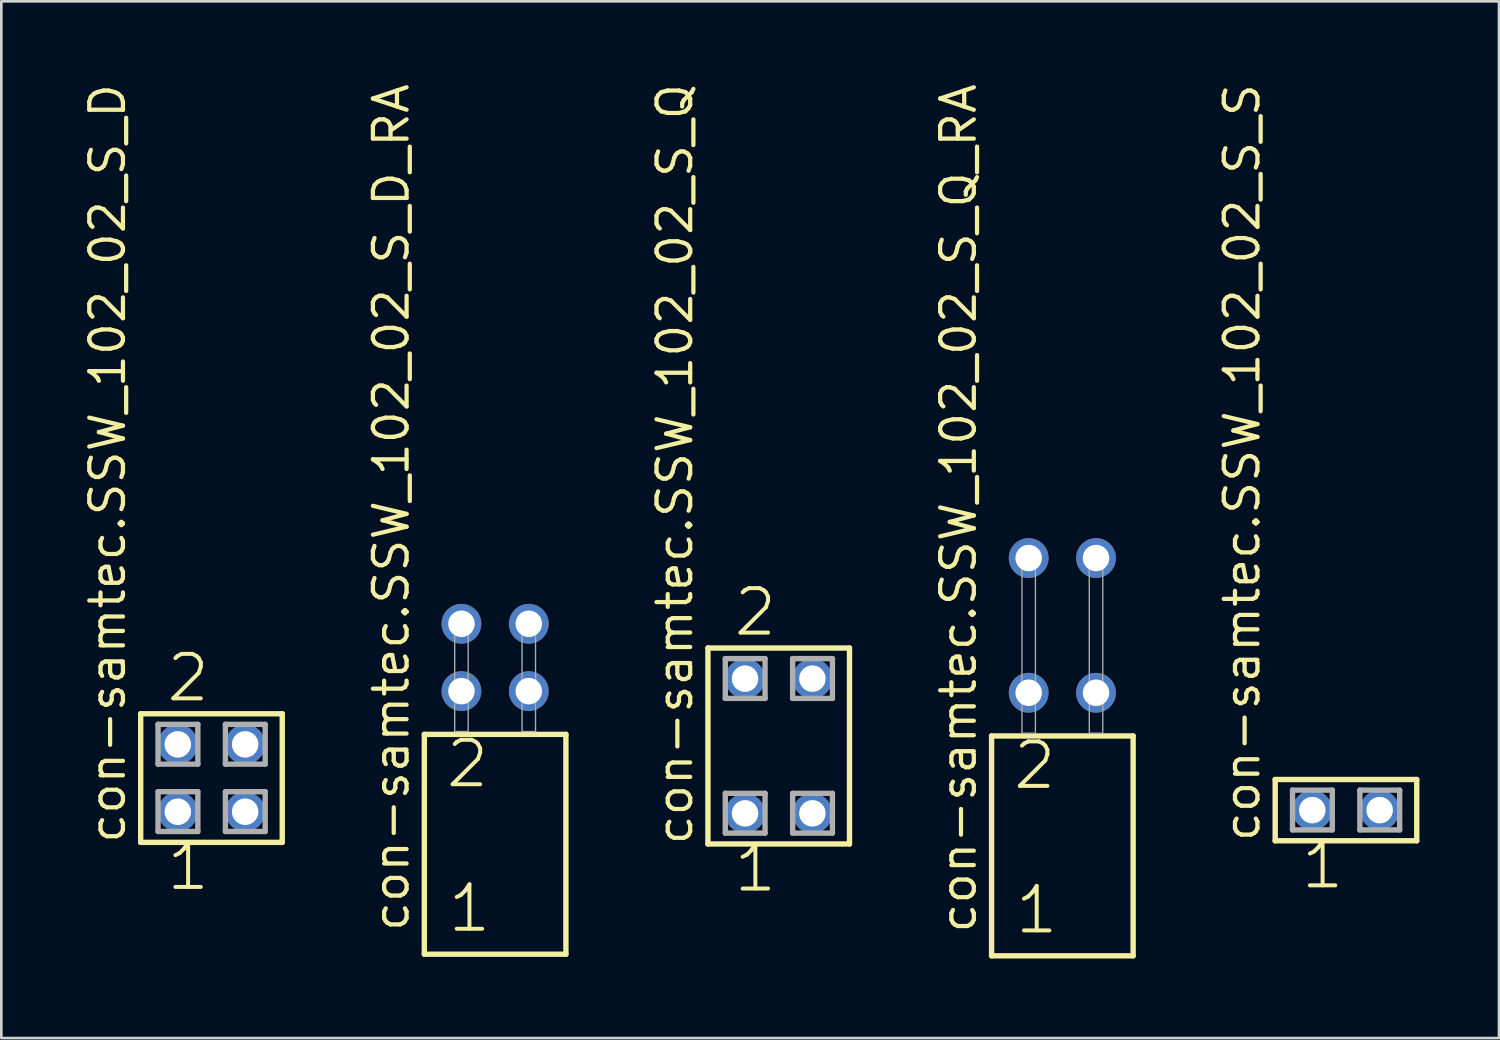
<source format=kicad_pcb>
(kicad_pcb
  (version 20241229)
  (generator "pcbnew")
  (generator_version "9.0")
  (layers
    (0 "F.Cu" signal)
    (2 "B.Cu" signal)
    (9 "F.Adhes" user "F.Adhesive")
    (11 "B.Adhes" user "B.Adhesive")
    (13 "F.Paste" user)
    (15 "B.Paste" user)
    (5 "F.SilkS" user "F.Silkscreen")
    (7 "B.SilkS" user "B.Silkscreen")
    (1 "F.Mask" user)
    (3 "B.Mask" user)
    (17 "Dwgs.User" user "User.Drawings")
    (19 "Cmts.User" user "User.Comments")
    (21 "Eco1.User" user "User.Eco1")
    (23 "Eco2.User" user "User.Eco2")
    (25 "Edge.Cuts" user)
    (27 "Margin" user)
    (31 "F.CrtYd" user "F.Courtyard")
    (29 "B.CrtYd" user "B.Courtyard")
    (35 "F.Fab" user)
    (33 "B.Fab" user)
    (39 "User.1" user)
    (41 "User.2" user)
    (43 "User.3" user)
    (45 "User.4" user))
  (footprint "con-samtec.SSW_102_02_S_Q_RA"
    (layer "F.Cu")
    (at 37.012 24.598)
    (property "Reference" "con-samtec.SSW_102_02_S_Q_RA" (at -3.175 7.62 90) (layer "F.SilkS") (effects (font (size 1.27 1.27) (thickness 0.16)) (justify left bottom)))
    (attr through_hole)
    (fp_line (start -2.669 0.106) (end -2.669 8.396) (stroke (width 0.203) (type default)) (layer "F.SilkS"))
    (fp_line (start -2.669 8.396) (end 2.669 8.396) (stroke (width 0.203) (type default)) (layer "F.SilkS"))
    (fp_line (start 2.669 0.106) (end -2.669 0.106) (stroke (width 0.203) (type default)) (layer "F.SilkS"))
    (fp_line (start 2.669 8.396) (end 2.669 0.106) (stroke (width 0.203) (type default)) (layer "F.SilkS"))
    (fp_rect (start -1.524 0) (end -1.016 -6.858) (stroke (width 0.05) (type default)) (fill no) (layer "F.Fab"))
    (fp_rect (start 1.016 0) (end 1.524 -6.858) (stroke (width 0.05) (type default)) (fill no) (layer "F.Fab"))
    (fp_text user "1" (at -1.865 7.65 0) (layer "F.SilkS") (effects (font (size 1.676 1.676) (thickness 0.15)) (justify left bottom)))
    (fp_text user "2" (at -1.94 2.2 0) (layer "F.SilkS") (effects (font (size 1.676 1.676) (thickness 0.15)) (justify left bottom)))
    (pad "1" thru_hole circle (at -1.27 -1.524) (size 1.5 1.5) (drill 1) (layers "*.Cu" "*.Mask"))
    (pad "2" thru_hole circle (at -1.27 -6.604) (size 1.5 1.5) (drill 1) (layers "*.Cu" "*.Mask"))
    (pad "3" thru_hole circle (at 1.27 -1.524) (size 1.5 1.5) (drill 1) (layers "*.Cu" "*.Mask"))
    (pad "4" thru_hole circle (at 1.27 -6.604) (size 1.5 1.5) (drill 1) (layers "*.Cu" "*.Mask")))
  (footprint "con-samtec.SSW_102_02_S_D"
    (layer "F.Cu")
    (at 4.925 26.291)
    (property "Reference" "con-samtec.SSW_102_02_S_D" (at -3.175 2.54 90) (layer "F.SilkS") (effects (font (size 1.27 1.27) (thickness 0.16)) (justify left bottom)))
    (attr through_hole)
    (fp_line (start -2.669 -2.425) (end 2.669 -2.425) (stroke (width 0.203) (type default)) (layer "F.SilkS"))
    (fp_line (start -2.669 2.425) (end -2.669 -2.425) (stroke (width 0.203) (type default)) (layer "F.SilkS"))
    (fp_line (start 2.669 -2.425) (end 2.669 2.425) (stroke (width 0.203) (type default)) (layer "F.SilkS"))
    (fp_line (start 2.669 2.425) (end -2.669 2.425) (stroke (width 0.203) (type default)) (layer "F.SilkS"))
    (fp_line (start -2.015 -2.025) (end -0.515 -2.025) (stroke (width 0.203) (type default)) (layer "F.Fab"))
    (fp_line (start -2.015 -0.525) (end -2.015 -2.025) (stroke (width 0.203) (type default)) (layer "F.Fab"))
    (fp_line (start -2.015 0.515) (end -0.515 0.515) (stroke (width 0.203) (type default)) (layer "F.Fab"))
    (fp_line (start -2.015 2.015) (end -2.015 0.515) (stroke (width 0.203) (type default)) (layer "F.Fab"))
    (fp_line (start -0.515 -2.025) (end -0.515 -0.525) (stroke (width 0.203) (type default)) (layer "F.Fab"))
    (fp_line (start -0.515 -0.525) (end -2.015 -0.525) (stroke (width 0.203) (type default)) (layer "F.Fab"))
    (fp_line (start -0.515 0.515) (end -0.515 2.015) (stroke (width 0.203) (type default)) (layer "F.Fab"))
    (fp_line (start -0.515 2.015) (end -2.015 2.015) (stroke (width 0.203) (type default)) (layer "F.Fab"))
    (fp_line (start 0.525 -2.025) (end 2.025 -2.025) (stroke (width 0.203) (type default)) (layer "F.Fab"))
    (fp_line (start 0.525 -0.525) (end 0.525 -2.025) (stroke (width 0.203) (type default)) (layer "F.Fab"))
    (fp_line (start 0.525 0.515) (end 2.025 0.515) (stroke (width 0.203) (type default)) (layer "F.Fab"))
    (fp_line (start 0.525 2.015) (end 0.525 0.515) (stroke (width 0.203) (type default)) (layer "F.Fab"))
    (fp_line (start 2.025 -2.025) (end 2.025 -0.525) (stroke (width 0.203) (type default)) (layer "F.Fab"))
    (fp_line (start 2.025 -0.525) (end 0.525 -0.525) (stroke (width 0.203) (type default)) (layer "F.Fab"))
    (fp_line (start 2.025 0.515) (end 2.025 2.015) (stroke (width 0.203) (type default)) (layer "F.Fab"))
    (fp_line (start 2.025 2.015) (end 0.525 2.015) (stroke (width 0.203) (type default)) (layer "F.Fab"))
    (fp_text user "1" (at -1.778 4.318 0) (layer "F.SilkS") (effects (font (size 1.676 1.676) (thickness 0.15)) (justify left bottom)))
    (fp_text user "2" (at -1.778 -2.794 0) (layer "F.SilkS") (effects (font (size 1.676 1.676) (thickness 0.15)) (justify left bottom)))
    (pad "1" thru_hole circle (at -1.27 1.27) (size 1.5 1.5) (drill 1) (layers "*.Cu" "*.Mask"))
    (pad "2" thru_hole circle (at -1.27 -1.27) (size 1.5 1.5) (drill 1) (layers "*.Cu" "*.Mask"))
    (pad "3" thru_hole circle (at 1.27 1.27) (size 1.5 1.5) (drill 1) (layers "*.Cu" "*.Mask"))
    (pad "4" thru_hole circle (at 1.27 -1.27) (size 1.5 1.5) (drill 1) (layers "*.Cu" "*.Mask")))
  (footprint "con-samtec.SSW_102_02_S_D_RA"
    (layer "F.Cu")
    (at 15.621 24.537)
    (property "Reference" "con-samtec.SSW_102_02_S_D_RA" (at -3.175 7.62 90) (layer "F.SilkS") (effects (font (size 1.27 1.27) (thickness 0.16)) (justify left bottom)))
    (attr through_hole)
    (fp_line (start -2.669 0.106) (end -2.669 8.396) (stroke (width 0.203) (type default)) (layer "F.SilkS"))
    (fp_line (start -2.669 8.396) (end 2.669 8.396) (stroke (width 0.203) (type default)) (layer "F.SilkS"))
    (fp_line (start 2.669 0.106) (end -2.669 0.106) (stroke (width 0.203) (type default)) (layer "F.SilkS"))
    (fp_line (start 2.669 8.396) (end 2.669 0.106) (stroke (width 0.203) (type default)) (layer "F.SilkS"))
    (fp_rect (start -1.524 0) (end -1.016 -4.318) (stroke (width 0.05) (type default)) (fill no) (layer "F.Fab"))
    (fp_rect (start 1.016 0) (end 1.524 -4.318) (stroke (width 0.05) (type default)) (fill no) (layer "F.Fab"))
    (fp_text user "2" (at -1.94 2.2 0) (layer "F.SilkS") (effects (font (size 1.676 1.676) (thickness 0.15)) (justify left bottom)))
    (fp_text user "1" (at -1.865 7.65 0) (layer "F.SilkS") (effects (font (size 1.676 1.676) (thickness 0.15)) (justify left bottom)))
    (pad "1" thru_hole circle (at -1.27 -1.524) (size 1.5 1.5) (drill 1) (layers "*.Cu" "*.Mask"))
    (pad "2" thru_hole circle (at -1.27 -4.064) (size 1.5 1.5) (drill 1) (layers "*.Cu" "*.Mask"))
    (pad "3" thru_hole circle (at 1.27 -1.524) (size 1.5 1.5) (drill 1) (layers "*.Cu" "*.Mask"))
    (pad "4" thru_hole circle (at 1.27 -4.064) (size 1.5 1.5) (drill 1) (layers "*.Cu" "*.Mask")))
  (footprint "con-samtec.SSW_102_02_S_Q"
    (layer "F.Cu")
    (at 26.316 25.082)
    (property "Reference" "con-samtec.SSW_102_02_S_Q" (at -3.175 3.81 90) (layer "F.SilkS") (effects (font (size 1.27 1.27) (thickness 0.16)) (justify left bottom)))
    (attr through_hole)
    (fp_line (start -2.669 -3.695) (end 2.669 -3.695) (stroke (width 0.203) (type default)) (layer "F.SilkS"))
    (fp_line (start -2.669 3.695) (end -2.669 -3.695) (stroke (width 0.203) (type default)) (layer "F.SilkS"))
    (fp_line (start 2.669 -3.695) (end 2.669 3.695) (stroke (width 0.203) (type default)) (layer "F.SilkS"))
    (fp_line (start 2.669 3.695) (end -2.669 3.695) (stroke (width 0.203) (type default)) (layer "F.SilkS"))
    (fp_line (start -2.015 -3.295) (end -0.515 -3.295) (stroke (width 0.203) (type default)) (layer "F.Fab"))
    (fp_line (start -2.015 -1.795) (end -2.015 -3.295) (stroke (width 0.203) (type default)) (layer "F.Fab"))
    (fp_line (start -2.015 1.785) (end -0.515 1.785) (stroke (width 0.203) (type default)) (layer "F.Fab"))
    (fp_line (start -2.015 3.285) (end -2.015 1.785) (stroke (width 0.203) (type default)) (layer "F.Fab"))
    (fp_line (start -0.515 -3.295) (end -0.515 -1.795) (stroke (width 0.203) (type default)) (layer "F.Fab"))
    (fp_line (start -0.515 -1.795) (end -2.015 -1.795) (stroke (width 0.203) (type default)) (layer "F.Fab"))
    (fp_line (start -0.515 1.785) (end -0.515 3.285) (stroke (width 0.203) (type default)) (layer "F.Fab"))
    (fp_line (start -0.515 3.285) (end -2.015 3.285) (stroke (width 0.203) (type default)) (layer "F.Fab"))
    (fp_line (start 0.525 -3.295) (end 2.025 -3.295) (stroke (width 0.203) (type default)) (layer "F.Fab"))
    (fp_line (start 0.525 -1.795) (end 0.525 -3.295) (stroke (width 0.203) (type default)) (layer "F.Fab"))
    (fp_line (start 0.525 1.785) (end 2.025 1.785) (stroke (width 0.203) (type default)) (layer "F.Fab"))
    (fp_line (start 0.525 3.285) (end 0.525 1.785) (stroke (width 0.203) (type default)) (layer "F.Fab"))
    (fp_line (start 2.025 -3.295) (end 2.025 -1.795) (stroke (width 0.203) (type default)) (layer "F.Fab"))
    (fp_line (start 2.025 -1.795) (end 0.525 -1.795) (stroke (width 0.203) (type default)) (layer "F.Fab"))
    (fp_line (start 2.025 1.785) (end 2.025 3.285) (stroke (width 0.203) (type default)) (layer "F.Fab"))
    (fp_line (start 2.025 3.285) (end 0.525 3.285) (stroke (width 0.203) (type default)) (layer "F.Fab"))
    (fp_text user "1" (at -1.778 5.588 0) (layer "F.SilkS") (effects (font (size 1.676 1.676) (thickness 0.15)) (justify left bottom)))
    (fp_text user "2" (at -1.778 -4.064 0) (layer "F.SilkS") (effects (font (size 1.676 1.676) (thickness 0.15)) (justify left bottom)))
    (pad "1" thru_hole circle (at -1.27 2.54) (size 1.5 1.5) (drill 1) (layers "*.Cu" "*.Mask"))
    (pad "2" thru_hole circle (at -1.27 -2.54) (size 1.5 1.5) (drill 1) (layers "*.Cu" "*.Mask"))
    (pad "3" thru_hole circle (at 1.27 2.54) (size 1.5 1.5) (drill 1) (layers "*.Cu" "*.Mask"))
    (pad "4" thru_hole circle (at 1.27 -2.54) (size 1.5 1.5) (drill 1) (layers "*.Cu" "*.Mask")))
  (footprint "con-samtec.SSW_102_02_S_S"
    (layer "F.Cu")
    (at 47.707 27.501)
    (property "Reference" "con-samtec.SSW_102_02_S_S" (at -3.175 1.27 90) (layer "F.SilkS") (effects (font (size 1.27 1.27) (thickness 0.16)) (justify left bottom)))
    (attr through_hole)
    (fp_line (start -2.669 -1.155) (end 2.669 -1.155) (stroke (width 0.203) (type default)) (layer "F.SilkS"))
    (fp_line (start -2.669 1.155) (end -2.669 -1.155) (stroke (width 0.203) (type default)) (layer "F.SilkS"))
    (fp_line (start 2.669 -1.155) (end 2.669 1.155) (stroke (width 0.203) (type default)) (layer "F.SilkS"))
    (fp_line (start 2.669 1.155) (end -2.669 1.155) (stroke (width 0.203) (type default)) (layer "F.SilkS"))
    (fp_line (start -2.015 -0.755) (end -0.515 -0.755) (stroke (width 0.203) (type default)) (layer "F.Fab"))
    (fp_line (start -2.015 0.745) (end -2.015 -0.755) (stroke (width 0.203) (type default)) (layer "F.Fab"))
    (fp_line (start -0.515 -0.755) (end -0.515 0.745) (stroke (width 0.203) (type default)) (layer "F.Fab"))
    (fp_line (start -0.515 0.745) (end -2.015 0.745) (stroke (width 0.203) (type default)) (layer "F.Fab"))
    (fp_line (start 0.525 -0.755) (end 2.025 -0.755) (stroke (width 0.203) (type default)) (layer "F.Fab"))
    (fp_line (start 0.525 0.745) (end 0.525 -0.755) (stroke (width 0.203) (type default)) (layer "F.Fab"))
    (fp_line (start 2.025 -0.755) (end 2.025 0.745) (stroke (width 0.203) (type default)) (layer "F.Fab"))
    (fp_line (start 2.025 0.745) (end 0.525 0.745) (stroke (width 0.203) (type default)) (layer "F.Fab"))
    (fp_text user "1" (at -1.778 3.048 0) (layer "F.SilkS") (effects (font (size 1.676 1.676) (thickness 0.15)) (justify left bottom)))
    (pad "1" thru_hole circle (at -1.27 0) (size 1.5 1.5) (drill 1) (layers "*.Cu" "*.Mask"))
    (pad "2" thru_hole circle (at 1.27 0) (size 1.5 1.5) (drill 1) (layers "*.Cu" "*.Mask")))
  (gr_rect
    (start -3 -3)
    (end 53.478 36.096)
    (stroke (width 0.1) (type default))
    (fill no)
    (layer "Edge.Cuts")))
</source>
